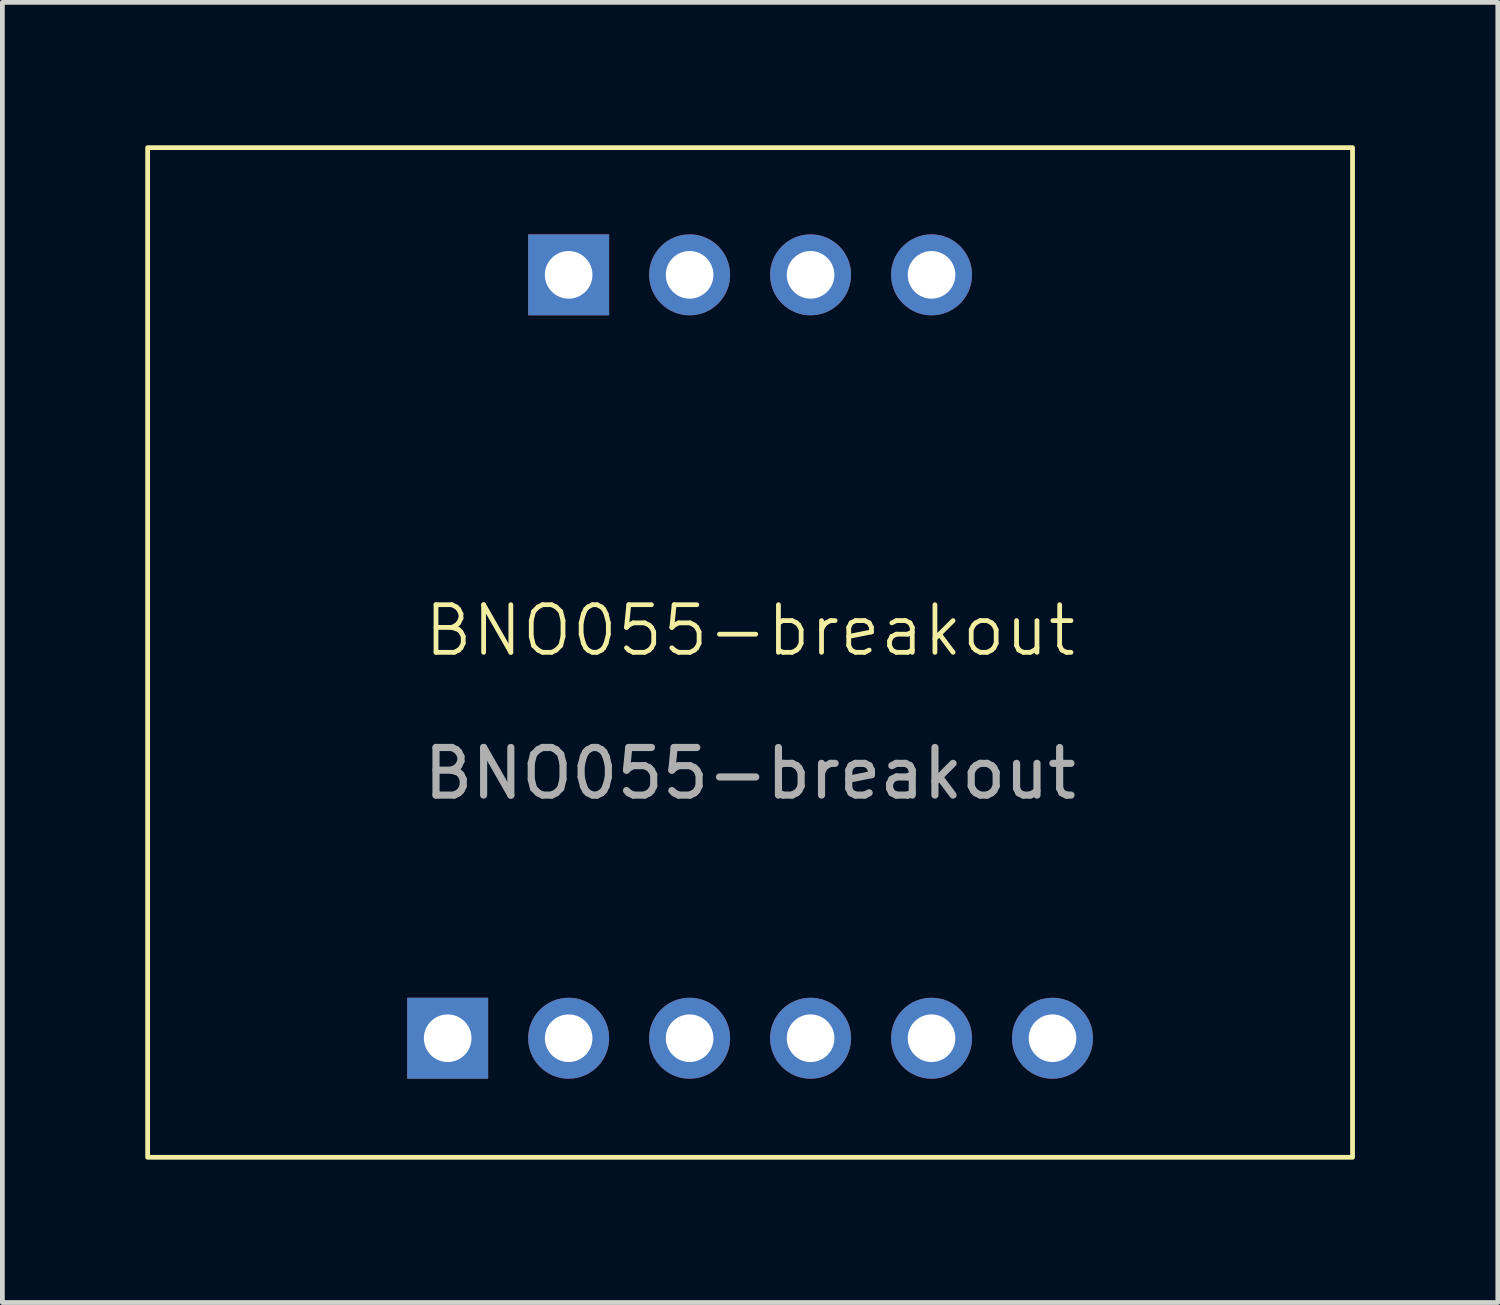
<source format=kicad_pcb>
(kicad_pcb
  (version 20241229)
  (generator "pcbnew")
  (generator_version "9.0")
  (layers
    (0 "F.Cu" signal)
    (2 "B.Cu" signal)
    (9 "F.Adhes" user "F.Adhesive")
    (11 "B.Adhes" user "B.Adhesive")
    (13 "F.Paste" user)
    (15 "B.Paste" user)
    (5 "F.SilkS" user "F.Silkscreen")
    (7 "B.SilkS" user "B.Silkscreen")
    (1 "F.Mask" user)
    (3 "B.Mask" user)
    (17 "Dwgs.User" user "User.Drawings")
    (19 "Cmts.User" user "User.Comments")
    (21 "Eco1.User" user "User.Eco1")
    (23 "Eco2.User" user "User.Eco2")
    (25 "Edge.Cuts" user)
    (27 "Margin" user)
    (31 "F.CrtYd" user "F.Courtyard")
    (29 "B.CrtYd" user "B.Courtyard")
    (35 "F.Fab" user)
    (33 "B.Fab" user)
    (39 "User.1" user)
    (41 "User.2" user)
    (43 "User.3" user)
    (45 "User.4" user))
  (footprint "BNO055-breakout"
    (layer "F.Cu")
    (at 12.7 10.69)
    (property "Reference" "BNO055-breakout" (at 0 -0.5 0) (unlocked yes) (layer "F.SilkS") (effects (font (size 1 1) (thickness 0.1))))
    (attr smd)
    (fp_rect (start -12.65 -10.64) (end 12.65 10.56) (stroke (width 0.1) (type default)) (fill no) (layer "F.SilkS"))
    (fp_text user "${REFERENCE}" (at 0 2.5 0) (unlocked yes) (layer "F.Fab") (effects (font (size 1 1) (thickness 0.15))))
    (pad "1" thru_hole rect (at -6.35 8.06 90) (size 1.7 1.7) (drill 1) (layers "*.Cu" "*.Mask"))
    (pad "2" thru_hole circle (at -3.81 8.06 90) (size 1.7 1.7) (drill 1) (layers "*.Cu" "*.Mask"))
    (pad "3" thru_hole circle (at -1.27 8.06 90) (size 1.7 1.7) (drill 1) (layers "*.Cu" "*.Mask"))
    (pad "4" thru_hole circle (at 1.27 8.06 90) (size 1.7 1.7) (drill 1) (layers "*.Cu" "*.Mask"))
    (pad "5" thru_hole circle (at 3.81 8.06 90) (size 1.7 1.7) (drill 1) (layers "*.Cu" "*.Mask"))
    (pad "6" thru_hole circle (at 6.35 8.06 90) (size 1.7 1.7) (drill 1) (layers "*.Cu" "*.Mask"))
    (pad "7" thru_hole rect (at -3.81 -7.969 90) (size 1.7 1.7) (drill 1) (layers "*.Cu" "*.Mask"))
    (pad "8" thru_hole circle (at -1.27 -7.969 90) (size 1.7 1.7) (drill 1) (layers "*.Cu" "*.Mask"))
    (pad "9" thru_hole circle (at 1.27 -7.969 90) (size 1.7 1.7) (drill 1) (layers "*.Cu" "*.Mask"))
    (pad "10" thru_hole circle (at 3.81 -7.969 90) (size 1.7 1.7) (drill 1) (layers "*.Cu" "*.Mask")))
  (gr_rect
    (start -3 -3)
    (end 28.4 24.3)
    (stroke (width 0.1) (type default))
    (fill no)
    (layer "Edge.Cuts")))
</source>
